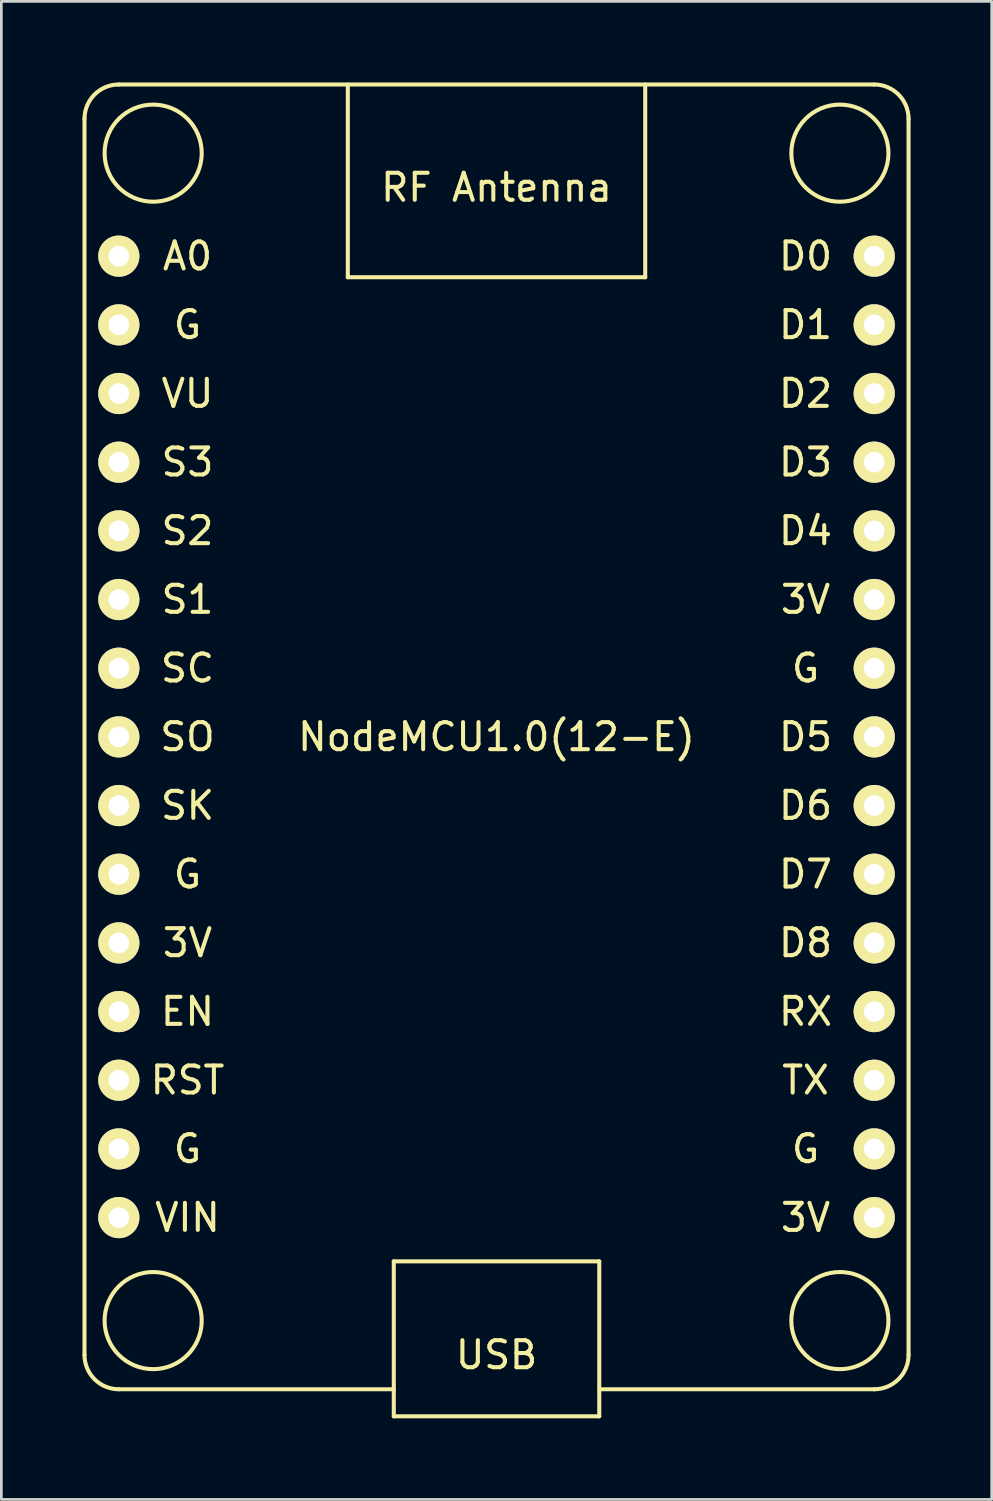
<source format=kicad_pcb>
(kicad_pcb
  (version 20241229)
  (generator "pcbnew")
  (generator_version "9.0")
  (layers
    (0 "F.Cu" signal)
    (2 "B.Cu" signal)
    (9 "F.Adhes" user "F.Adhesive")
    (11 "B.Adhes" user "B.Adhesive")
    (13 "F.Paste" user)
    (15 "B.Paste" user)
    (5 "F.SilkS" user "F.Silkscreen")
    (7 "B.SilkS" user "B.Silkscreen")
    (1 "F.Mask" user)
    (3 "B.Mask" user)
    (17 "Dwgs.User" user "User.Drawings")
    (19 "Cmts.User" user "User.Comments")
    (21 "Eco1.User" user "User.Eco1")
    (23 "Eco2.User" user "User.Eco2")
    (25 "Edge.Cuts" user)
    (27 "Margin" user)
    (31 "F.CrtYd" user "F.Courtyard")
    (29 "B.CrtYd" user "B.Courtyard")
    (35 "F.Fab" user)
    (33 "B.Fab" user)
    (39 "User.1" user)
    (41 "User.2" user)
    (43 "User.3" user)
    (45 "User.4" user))
  (footprint "NodeMCU1.0(12-E)"
    (layer "F.Cu")
    (at 15.315 24.205)
    (property "Reference" "NodeMCU1.0(12-E)" (at 0 0 0) (layer "F.SilkS") (effects (font (size 1 1) (thickness 0.15))))
    (attr through_hole)
    (fp_line (start -15.24 -22.86) (end -15.24 22.86) (stroke (width 0.15) (type solid)) (layer "F.SilkS"))
    (fp_line (start -5.5 -17) (end -5.5 -24.13) (stroke (width 0.15) (type solid)) (layer "F.SilkS"))
    (fp_line (start -3.8 19.4) (end 3.8 19.4) (stroke (width 0.15) (type solid)) (layer "F.SilkS"))
    (fp_line (start -3.8 24.13) (end -13.97 24.13) (stroke (width 0.15) (type solid)) (layer "F.SilkS"))
    (fp_line (start -3.8 25.13) (end -3.8 19.4) (stroke (width 0.15) (type solid)) (layer "F.SilkS"))
    (fp_line (start 3.8 19.4) (end 3.8 25.13) (stroke (width 0.15) (type solid)) (layer "F.SilkS"))
    (fp_line (start 3.8 25.13) (end -3.8 25.13) (stroke (width 0.15) (type solid)) (layer "F.SilkS"))
    (fp_line (start 5.5 -24.13) (end 5.5 -17) (stroke (width 0.15) (type solid)) (layer "F.SilkS"))
    (fp_line (start 5.5 -17) (end -5.5 -17) (stroke (width 0.15) (type solid)) (layer "F.SilkS"))
    (fp_line (start 13.97 -24.13) (end -13.97 -24.13) (stroke (width 0.15) (type solid)) (layer "F.SilkS"))
    (fp_line (start 13.98 24.13) (end 3.81 24.13) (stroke (width 0.15) (type solid)) (layer "F.SilkS"))
    (fp_line (start 15.24 -22.86) (end 15.24 22.86) (stroke (width 0.15) (type solid)) (layer "F.SilkS"))
    (fp_arc (start -15.24 -22.86) (mid -14.868026 -23.758026) (end -13.97 -24.13) (stroke (width 0.15) (type solid)) (layer "F.SilkS"))
    (fp_arc (start -13.97 24.13) (mid -14.868026 23.758026) (end -15.24 22.86) (stroke (width 0.15) (type solid)) (layer "F.SilkS"))
    (fp_arc (start 13.97 -24.13) (mid 14.868026 -23.758026) (end 15.24 -22.86) (stroke (width 0.15) (type solid)) (layer "F.SilkS"))
    (fp_arc (start 15.24 22.86) (mid 14.868026 23.758026) (end 13.97 24.13) (stroke (width 0.15) (type solid)) (layer "F.SilkS"))
    (fp_circle (center -12.7 -21.59) (end -11.43 -22.86) (stroke (width 0.15) (type solid)) (fill no) (layer "F.SilkS"))
    (fp_circle (center -12.7 21.59) (end -11.43 20.32) (stroke (width 0.15) (type solid)) (fill no) (layer "F.SilkS"))
    (fp_circle (center 12.7 -21.59) (end 13.97 -22.86) (stroke (width 0.15) (type solid)) (fill no) (layer "F.SilkS"))
    (fp_circle (center 12.7 21.59) (end 13.97 20.32) (stroke (width 0.15) (type solid)) (fill no) (layer "F.SilkS"))
    (fp_text user "D3" (at 11.43 -10.16 0) (layer "F.SilkS") (effects (font (size 1 1) (thickness 0.15))))
    (fp_text user "VU" (at -11.43 -12.7 0) (layer "F.SilkS") (effects (font (size 1 1) (thickness 0.15))))
    (fp_text user "3V" (at -11.43 7.62 0) (layer "F.SilkS") (effects (font (size 1 1) (thickness 0.15))))
    (fp_text user "RX" (at 11.43 10.16 0) (layer "F.SilkS") (effects (font (size 1 1) (thickness 0.15))))
    (fp_text user "SK" (at -11.43 2.54 0) (layer "F.SilkS") (effects (font (size 1 1) (thickness 0.15))))
    (fp_text user "SO" (at -11.43 0 0) (layer "F.SilkS") (effects (font (size 1 1) (thickness 0.15))))
    (fp_text user "RST" (at -11.43 12.7 0) (layer "F.SilkS") (effects (font (size 1 1) (thickness 0.15))))
    (fp_text user "G" (at 11.43 15.24 0) (layer "F.SilkS") (effects (font (size 1 1) (thickness 0.15))))
    (fp_text user "S3" (at -11.43 -10.16 0) (layer "F.SilkS") (effects (font (size 1 1) (thickness 0.15))))
    (fp_text user "G" (at -11.43 15.24 0) (layer "F.SilkS") (effects (font (size 1 1) (thickness 0.15))))
    (fp_text user "S1" (at -11.43 -5.08 0) (layer "F.SilkS") (effects (font (size 1 1) (thickness 0.15))))
    (fp_text user "D5" (at 11.43 0 0) (layer "F.SilkS") (effects (font (size 1 1) (thickness 0.15))))
    (fp_text user "G" (at -11.43 -15.24 0) (layer "F.SilkS") (effects (font (size 1 1) (thickness 0.15))))
    (fp_text user "G" (at 11.43 -2.54 0) (layer "F.SilkS") (effects (font (size 1 1) (thickness 0.15))))
    (fp_text user "SC" (at -11.43 -2.54 0) (layer "F.SilkS") (effects (font (size 1 1) (thickness 0.15))))
    (fp_text user "VIN" (at -11.43 17.78 0) (layer "F.SilkS") (effects (font (size 1 1) (thickness 0.15))))
    (fp_text user "D6" (at 11.43 2.54 0) (layer "F.SilkS") (effects (font (size 1 1) (thickness 0.15))))
    (fp_text user "D0" (at 11.43 -17.78 0) (layer "F.SilkS") (effects (font (size 1 1) (thickness 0.15))))
    (fp_text user "3V" (at 11.43 -5.08 0) (layer "F.SilkS") (effects (font (size 1 1) (thickness 0.15))))
    (fp_text user "TX" (at 11.43 12.7 0) (layer "F.SilkS") (effects (font (size 1 1) (thickness 0.15))))
    (fp_text user "D2" (at 11.43 -12.7 0) (layer "F.SilkS") (effects (font (size 1 1) (thickness 0.15))))
    (fp_text user "D7" (at 11.43 5.08 0) (layer "F.SilkS") (effects (font (size 1 1) (thickness 0.15))))
    (fp_text user "A0" (at -11.43 -17.78 0) (layer "F.SilkS") (effects (font (size 1 1) (thickness 0.15))))
    (fp_text user "RF Antenna" (at 0 -20.32 0) (layer "F.SilkS") (effects (font (size 1 1) (thickness 0.15))))
    (fp_text user "EN" (at -11.43 10.16 0) (layer "F.SilkS") (effects (font (size 1 1) (thickness 0.15))))
    (fp_text user "USB" (at 0 22.86 0) (layer "F.SilkS") (effects (font (size 1 1) (thickness 0.15))))
    (fp_text user "D4" (at 11.43 -7.62 0) (layer "F.SilkS") (effects (font (size 1 1) (thickness 0.15))))
    (fp_text user "G" (at -11.43 5.08 0) (layer "F.SilkS") (effects (font (size 1 1) (thickness 0.15))))
    (fp_text user "D1" (at 11.43 -15.24 0) (layer "F.SilkS") (effects (font (size 1 1) (thickness 0.15))))
    (fp_text user "3V" (at 11.43 17.78 0) (layer "F.SilkS") (effects (font (size 1 1) (thickness 0.15))))
    (fp_text user "D8" (at 11.43 7.62 0) (layer "F.SilkS") (effects (font (size 1 1) (thickness 0.15))))
    (fp_text user "S2" (at -11.43 -7.62 0) (layer "F.SilkS") (effects (font (size 1 1) (thickness 0.15))))
    (pad "1" thru_hole circle (at -13.97 -17.78) (size 1.524 1.524) (drill 0.762) (layers "*.Cu" "*.Mask" "F.SilkS"))
    (pad "2" thru_hole circle (at -13.97 -15.24) (size 1.524 1.524) (drill 0.762) (layers "*.Cu" "*.Mask" "F.SilkS"))
    (pad "3" thru_hole circle (at -13.97 -12.7) (size 1.524 1.524) (drill 0.762) (layers "*.Cu" "*.Mask" "F.SilkS"))
    (pad "4" thru_hole circle (at -13.97 -10.16) (size 1.524 1.524) (drill 0.762) (layers "*.Cu" "*.Mask" "F.SilkS"))
    (pad "5" thru_hole circle (at -13.97 -7.62) (size 1.524 1.524) (drill 0.762) (layers "*.Cu" "*.Mask" "F.SilkS"))
    (pad "6" thru_hole circle (at -13.97 -5.08) (size 1.524 1.524) (drill 0.762) (layers "*.Cu" "*.Mask" "F.SilkS"))
    (pad "7" thru_hole circle (at -13.97 -2.54) (size 1.524 1.524) (drill 0.762) (layers "*.Cu" "*.Mask" "F.SilkS"))
    (pad "8" thru_hole circle (at -13.97 0) (size 1.524 1.524) (drill 0.762) (layers "*.Cu" "*.Mask" "F.SilkS"))
    (pad "9" thru_hole circle (at -13.97 2.54) (size 1.524 1.524) (drill 0.762) (layers "*.Cu" "*.Mask" "F.SilkS"))
    (pad "10" thru_hole circle (at -13.97 5.08) (size 1.524 1.524) (drill 0.762) (layers "*.Cu" "*.Mask" "F.SilkS"))
    (pad "11" thru_hole circle (at -13.97 7.62) (size 1.524 1.524) (drill 0.762) (layers "*.Cu" "*.Mask" "F.SilkS"))
    (pad "12" thru_hole circle (at -13.97 10.16) (size 1.524 1.524) (drill 0.762) (layers "*.Cu" "*.Mask" "F.SilkS"))
    (pad "13" thru_hole circle (at -13.97 12.7) (size 1.524 1.524) (drill 0.762) (layers "*.Cu" "*.Mask" "F.SilkS"))
    (pad "14" thru_hole circle (at -13.97 15.24) (size 1.524 1.524) (drill 0.762) (layers "*.Cu" "*.Mask" "F.SilkS"))
    (pad "15" thru_hole circle (at -13.97 17.78) (size 1.524 1.524) (drill 0.762) (layers "*.Cu" "*.Mask" "F.SilkS"))
    (pad "16" thru_hole circle (at 13.97 17.78) (size 1.524 1.524) (drill 0.762) (layers "*.Cu" "*.Mask" "F.SilkS"))
    (pad "17" thru_hole circle (at 13.97 15.24) (size 1.524 1.524) (drill 0.762) (layers "*.Cu" "*.Mask" "F.SilkS"))
    (pad "18" thru_hole circle (at 13.97 12.7) (size 1.524 1.524) (drill 0.762) (layers "*.Cu" "*.Mask" "F.SilkS"))
    (pad "19" thru_hole circle (at 13.97 10.16) (size 1.524 1.524) (drill 0.762) (layers "*.Cu" "*.Mask" "F.SilkS"))
    (pad "20" thru_hole circle (at 13.97 7.62) (size 1.524 1.524) (drill 0.762) (layers "*.Cu" "*.Mask" "F.SilkS"))
    (pad "21" thru_hole circle (at 13.97 5.08) (size 1.524 1.524) (drill 0.762) (layers "*.Cu" "*.Mask" "F.SilkS"))
    (pad "22" thru_hole circle (at 13.97 2.54) (size 1.524 1.524) (drill 0.762) (layers "*.Cu" "*.Mask" "F.SilkS"))
    (pad "23" thru_hole circle (at 13.97 0) (size 1.524 1.524) (drill 0.762) (layers "*.Cu" "*.Mask" "F.SilkS"))
    (pad "24" thru_hole circle (at 13.97 -2.54) (size 1.524 1.524) (drill 0.762) (layers "*.Cu" "*.Mask" "F.SilkS"))
    (pad "25" thru_hole circle (at 13.97 -5.08) (size 1.524 1.524) (drill 0.762) (layers "*.Cu" "*.Mask" "F.SilkS"))
    (pad "26" thru_hole circle (at 13.97 -7.62) (size 1.524 1.524) (drill 0.762) (layers "*.Cu" "*.Mask" "F.SilkS"))
    (pad "27" thru_hole circle (at 13.97 -10.16) (size 1.524 1.524) (drill 0.762) (layers "*.Cu" "*.Mask" "F.SilkS"))
    (pad "28" thru_hole circle (at 13.97 -12.7) (size 1.524 1.524) (drill 0.762) (layers "*.Cu" "*.Mask" "F.SilkS"))
    (pad "29" thru_hole circle (at 13.97 -15.24) (size 1.524 1.524) (drill 0.762) (layers "*.Cu" "*.Mask" "F.SilkS"))
    (pad "30" thru_hole circle (at 13.97 -17.78) (size 1.524 1.524) (drill 0.762) (layers "*.Cu" "*.Mask" "F.SilkS")))
  (gr_rect
    (start -3 -3)
    (end 33.63 52.41)
    (stroke (width 0.1) (type default))
    (fill no)
    (layer "Edge.Cuts")))
</source>
